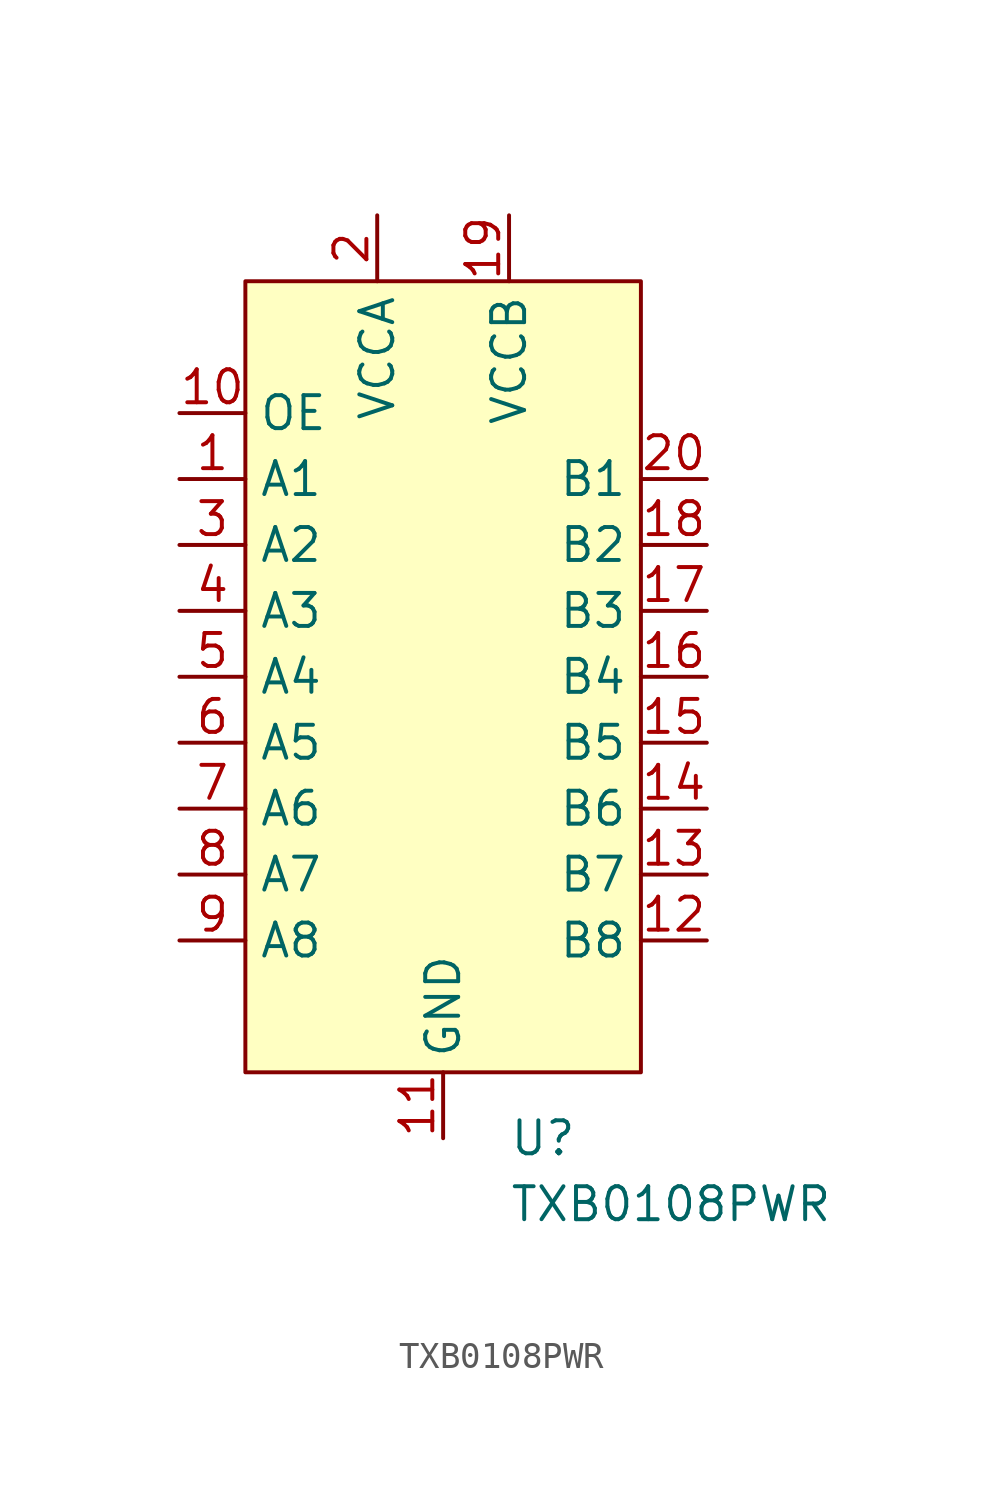
<source format=kicad_sym>
(kicad_symbol_lib
  (version 20220914)
  (generator kicad_symbol_editor)
  (symbol "TXB0108PWR"
    (property "Reference" "U"
      (at 2.54 -17.78 0)
      (effects (font (size 1.27 1.27)) (justify left)))
    (property "Value" "TXB0108PWR"
      (at 2.54 -20.32 0)
      (effects (font (size 1.27 1.27)) (justify left)))
    (symbol "TXB0108PWR_1_1"
      (rectangle (start -7.62 15.24) (end 7.62 -15.24) (stroke (width 0) (type default)) (fill (type background)))
      (pin bidirectional line (at -10.16 7.62 0) (length 2.54) (name "A1" (effects (font (size 1.27 1.27)))) (number "1" (effects (font (size 1.27 1.27)))))
      (pin input line (at -10.16 10.16 0) (length 2.54) (name "OE" (effects (font (size 1.27 1.27)))) (number "10" (effects (font (size 1.27 1.27)))))
      (pin power_in line (at 0 -17.78 90) (length 2.54) (name "GND" (effects (font (size 1.27 1.27)))) (number "11" (effects (font (size 1.27 1.27)))))
      (pin bidirectional line (at 10.16 -10.16 180) (length 2.54) (name "B8" (effects (font (size 1.27 1.27)))) (number "12" (effects (font (size 1.27 1.27)))))
      (pin bidirectional line (at 10.16 -7.62 180) (length 2.54) (name "B7" (effects (font (size 1.27 1.27)))) (number "13" (effects (font (size 1.27 1.27)))))
      (pin bidirectional line (at 10.16 -5.08 180) (length 2.54) (name "B6" (effects (font (size 1.27 1.27)))) (number "14" (effects (font (size 1.27 1.27)))))
      (pin bidirectional line (at 10.16 -2.54 180) (length 2.54) (name "B5" (effects (font (size 1.27 1.27)))) (number "15" (effects (font (size 1.27 1.27)))))
      (pin bidirectional line (at 10.16 0 180) (length 2.54) (name "B4" (effects (font (size 1.27 1.27)))) (number "16" (effects (font (size 1.27 1.27)))))
      (pin bidirectional line (at 10.16 2.54 180) (length 2.54) (name "B3" (effects (font (size 1.27 1.27)))) (number "17" (effects (font (size 1.27 1.27)))))
      (pin bidirectional line (at 10.16 5.08 180) (length 2.54) (name "B2" (effects (font (size 1.27 1.27)))) (number "18" (effects (font (size 1.27 1.27)))))
      (pin power_in line (at 2.54 17.78 270) (length 2.54) (name "VCCB" (effects (font (size 1.27 1.27)))) (number "19" (effects (font (size 1.27 1.27)))))
      (pin power_in line (at -2.54 17.78 270) (length 2.54) (name "VCCA" (effects (font (size 1.27 1.27)))) (number "2" (effects (font (size 1.27 1.27)))))
      (pin bidirectional line (at 10.16 7.62 180) (length 2.54) (name "B1" (effects (font (size 1.27 1.27)))) (number "20" (effects (font (size 1.27 1.27)))))
      (pin bidirectional line (at -10.16 5.08 0) (length 2.54) (name "A2" (effects (font (size 1.27 1.27)))) (number "3" (effects (font (size 1.27 1.27)))))
      (pin bidirectional line (at -10.16 2.54 0) (length 2.54) (name "A3" (effects (font (size 1.27 1.27)))) (number "4" (effects (font (size 1.27 1.27)))))
      (pin bidirectional line (at -10.16 0 0) (length 2.54) (name "A4" (effects (font (size 1.27 1.27)))) (number "5" (effects (font (size 1.27 1.27)))))
      (pin bidirectional line (at -10.16 -2.54 0) (length 2.54) (name "A5" (effects (font (size 1.27 1.27)))) (number "6" (effects (font (size 1.27 1.27)))))
      (pin bidirectional line (at -10.16 -5.08 0) (length 2.54) (name "A6" (effects (font (size 1.27 1.27)))) (number "7" (effects (font (size 1.27 1.27)))))
      (pin bidirectional line (at -10.16 -7.62 0) (length 2.54) (name "A7" (effects (font (size 1.27 1.27)))) (number "8" (effects (font (size 1.27 1.27)))))
      (pin bidirectional line (at -10.16 -10.16 0) (length 2.54) (name "A8" (effects (font (size 1.27 1.27)))) (number "9" (effects (font (size 1.27 1.27))))))))
</source>
